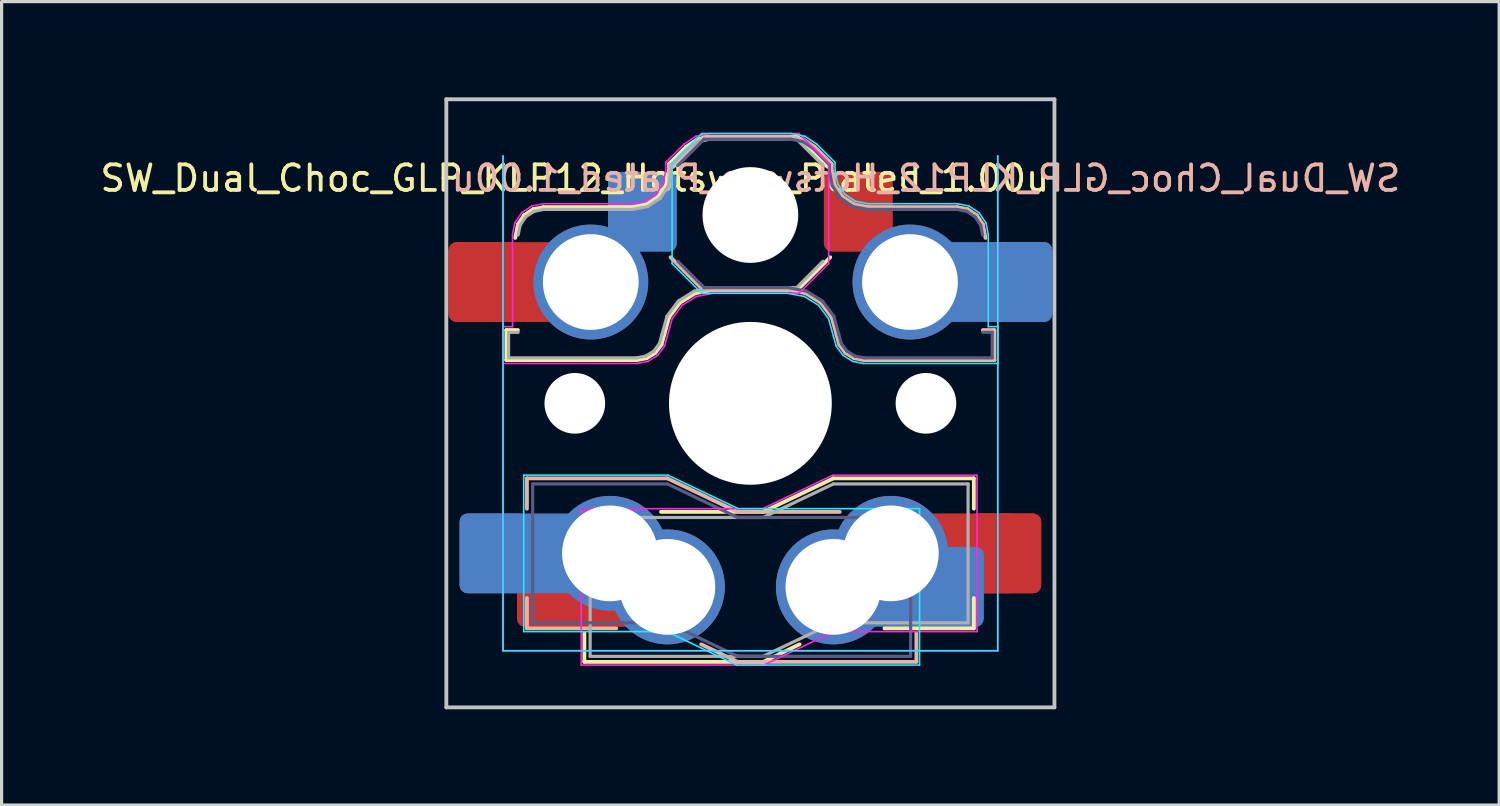
<source format=kicad_pcb>
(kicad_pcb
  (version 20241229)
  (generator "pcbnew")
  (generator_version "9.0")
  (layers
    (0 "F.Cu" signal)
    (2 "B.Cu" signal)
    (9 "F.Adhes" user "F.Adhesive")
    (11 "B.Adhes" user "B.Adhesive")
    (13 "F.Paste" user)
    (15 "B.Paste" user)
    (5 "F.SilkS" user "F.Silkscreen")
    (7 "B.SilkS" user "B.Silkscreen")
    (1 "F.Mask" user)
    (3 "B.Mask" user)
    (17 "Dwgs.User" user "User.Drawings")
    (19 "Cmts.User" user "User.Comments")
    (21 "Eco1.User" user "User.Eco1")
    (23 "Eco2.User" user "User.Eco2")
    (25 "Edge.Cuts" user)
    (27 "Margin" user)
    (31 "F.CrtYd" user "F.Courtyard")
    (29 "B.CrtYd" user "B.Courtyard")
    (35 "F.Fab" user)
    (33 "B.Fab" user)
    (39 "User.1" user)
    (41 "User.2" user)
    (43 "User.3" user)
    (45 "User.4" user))
  (footprint "SW_Dual_Choc_GLP_KLP12_Hotswap_Plated_1.00u"
    (layer "F.Cu")
    (at 20.457 9.585)
    (property "Reference" "SW_Dual_Choc_GLP_KLP12_Hotswap_Plated_1.00u" (at 5.5 -7.05 180) (layer "B.SilkS") (effects (font (size 0.8 0.8) (thickness 0.12)) (justify mirror)))
    (attr smd)
    (fp_line (start -7.646 -2.296) (end -7.646 -1.354) (stroke (width 0.12) (type solid)) (layer "F.SilkS"))
    (fp_line (start -7.646 -1.354) (end -3.56 -1.354) (stroke (width 0.12) (type solid)) (layer "F.SilkS"))
    (fp_line (start -7.283 -2.296) (end -7.646 -2.296) (stroke (width 0.12) (type solid)) (layer "F.SilkS"))
    (fp_line (start -7.281 -5.609) (end -7.366 -5.182) (stroke (width 0.12) (type solid)) (layer "F.SilkS"))
    (fp_line (start -7.092 -5.892) (end -7.281 -5.609) (stroke (width 0.12) (type solid)) (layer "F.SilkS"))
    (fp_line (start -6.809 -6.081) (end -7.092 -5.892) (stroke (width 0.12) (type solid)) (layer "F.SilkS"))
    (fp_line (start -6.482 -6.146) (end -6.809 -6.081) (stroke (width 0.12) (type solid)) (layer "F.SilkS"))
    (fp_line (start -5.2 8.1) (end -5.2 7.2) (stroke (width 0.12) (type solid)) (layer "F.SilkS"))
    (fp_line (start -5.2 8.1) (end 0.4 8.1) (stroke (width 0.12) (type solid)) (layer "F.SilkS"))
    (fp_line (start -3.682 -6.146) (end -6.482 -6.146) (stroke (width 0.12) (type solid)) (layer "F.SilkS"))
    (fp_line (start -3.56 -1.354) (end -3.25 -1.413) (stroke (width 0.12) (type solid)) (layer "F.SilkS"))
    (fp_line (start -3.25 -1.413) (end -2.976 -1.583) (stroke (width 0.12) (type solid)) (layer "F.SilkS"))
    (fp_line (start -3.244 -6.233) (end -3.682 -6.146) (stroke (width 0.12) (type solid)) (layer "F.SilkS"))
    (fp_line (start -2.976 -1.583) (end -2.783 -1.841) (stroke (width 0.12) (type solid)) (layer "F.SilkS"))
    (fp_line (start -2.877 -6.477) (end -3.244 -6.233) (stroke (width 0.12) (type solid)) (layer "F.SilkS"))
    (fp_line (start -2.783 -1.841) (end -2.701 -2.139) (stroke (width 0.12) (type solid)) (layer "F.SilkS"))
    (fp_line (start -2.701 -2.139) (end -2.547 -2.697) (stroke (width 0.12) (type solid)) (layer "F.SilkS"))
    (fp_line (start -2.633 -6.844) (end -2.877 -6.477) (stroke (width 0.12) (type solid)) (layer "F.SilkS"))
    (fp_line (start -2.547 -2.697) (end -2.209 -3.15) (stroke (width 0.12) (type solid)) (layer "F.SilkS"))
    (fp_line (start -2.546 -7.504) (end -2.546 -7.282) (stroke (width 0.12) (type solid)) (layer "F.SilkS"))
    (fp_line (start -2.546 -7.282) (end -2.633 -6.844) (stroke (width 0.12) (type solid)) (layer "F.SilkS"))
    (fp_line (start -2.209 -3.15) (end -1.73 -3.449) (stroke (width 0.12) (type solid)) (layer "F.SilkS"))
    (fp_line (start -2.013 -8.037) (end -2.546 -7.504) (stroke (width 0.12) (type solid)) (layer "F.SilkS"))
    (fp_line (start -1.73 -3.449) (end -1.168 -3.554) (stroke (width 0.12) (type solid)) (layer "F.SilkS"))
    (fp_line (start -1.671 -8.266) (end -2.013 -8.037) (stroke (width 0.12) (type solid)) (layer "F.SilkS"))
    (fp_line (start -1.268 -8.346) (end -1.671 -8.266) (stroke (width 0.12) (type solid)) (layer "F.SilkS"))
    (fp_line (start -1.168 -3.554) (end 1.479 -3.554) (stroke (width 0.12) (type solid)) (layer "F.SilkS"))
    (fp_line (start 0.4 3.4) (end -2.8 3.4) (stroke (width 0.12) (type solid)) (layer "F.SilkS"))
    (fp_line (start 1.479 -8.346) (end -1.268 -8.346) (stroke (width 0.12) (type solid)) (layer "F.SilkS"))
    (fp_line (start 1.479 -3.554) (end 2.5 -4.575) (stroke (width 0.12) (type solid)) (layer "F.SilkS"))
    (fp_line (start 1.54 7.55) (end 0.4 8.1) (stroke (width 0.12) (type solid)) (layer "F.SilkS"))
    (fp_line (start 2.416 -7.409) (end 1.479 -8.346) (stroke (width 0.12) (type solid)) (layer "F.SilkS"))
    (fp_line (start 2.6 2.35) (end 0.4 3.4) (stroke (width 0.12) (type solid)) (layer "F.SilkS"))
    (fp_line (start 7 2.35) (end 2.6 2.35) (stroke (width 0.12) (type solid)) (layer "F.SilkS"))
    (fp_line (start 7 2.35) (end 7 3.3) (stroke (width 0.12) (type solid)) (layer "F.SilkS"))
    (fp_line (start 7 7.05) (end 4.2 7.05) (stroke (width 0.12) (type solid)) (layer "F.SilkS"))
    (fp_line (start 7 7.05) (end 7 6.1) (stroke (width 0.12) (type solid)) (layer "F.SilkS"))
    (fp_line (start -7 2.35) (end -7 3.3) (stroke (width 0.12) (type solid)) (layer "B.SilkS"))
    (fp_line (start -7 2.35) (end -2.6 2.35) (stroke (width 0.12) (type solid)) (layer "B.SilkS"))
    (fp_line (start -7 7.05) (end -7 6.1) (stroke (width 0.12) (type solid)) (layer "B.SilkS"))
    (fp_line (start -7 7.05) (end -4.2 7.05) (stroke (width 0.12) (type solid)) (layer "B.SilkS"))
    (fp_line (start -2.6 2.35) (end -0.4 3.4) (stroke (width 0.12) (type solid)) (layer "B.SilkS"))
    (fp_line (start -2.416 -7.409) (end -1.479 -8.346) (stroke (width 0.12) (type solid)) (layer "B.SilkS"))
    (fp_line (start -1.479 -8.346) (end 1.268 -8.346) (stroke (width 0.12) (type solid)) (layer "B.SilkS"))
    (fp_line (start -1.479 -3.554) (end -2.5 -4.575) (stroke (width 0.12) (type solid)) (layer "B.SilkS"))
    (fp_line (start -0.4 8.1) (end -1.54 7.55) (stroke (width 0.12) (type solid)) (layer "B.SilkS"))
    (fp_line (start 1.168 -3.554) (end -1.479 -3.554) (stroke (width 0.12) (type solid)) (layer "B.SilkS"))
    (fp_line (start 1.268 -8.346) (end 1.671 -8.266) (stroke (width 0.12) (type solid)) (layer "B.SilkS"))
    (fp_line (start 1.671 -8.266) (end 2.013 -8.037) (stroke (width 0.12) (type solid)) (layer "B.SilkS"))
    (fp_line (start 1.73 -3.449) (end 1.168 -3.554) (stroke (width 0.12) (type solid)) (layer "B.SilkS"))
    (fp_line (start 2.013 -8.037) (end 2.546 -7.504) (stroke (width 0.12) (type solid)) (layer "B.SilkS"))
    (fp_line (start 2.209 -3.15) (end 1.73 -3.449) (stroke (width 0.12) (type solid)) (layer "B.SilkS"))
    (fp_line (start 2.546 -7.504) (end 2.546 -7.282) (stroke (width 0.12) (type solid)) (layer "B.SilkS"))
    (fp_line (start 2.546 -7.282) (end 2.633 -6.844) (stroke (width 0.12) (type solid)) (layer "B.SilkS"))
    (fp_line (start 2.547 -2.697) (end 2.209 -3.15) (stroke (width 0.12) (type solid)) (layer "B.SilkS"))
    (fp_line (start 2.633 -6.844) (end 2.877 -6.477) (stroke (width 0.12) (type solid)) (layer "B.SilkS"))
    (fp_line (start 2.701 -2.139) (end 2.547 -2.697) (stroke (width 0.12) (type solid)) (layer "B.SilkS"))
    (fp_line (start 2.783 -1.841) (end 2.701 -2.139) (stroke (width 0.12) (type solid)) (layer "B.SilkS"))
    (fp_line (start 2.8 3.4) (end -0.4 3.4) (stroke (width 0.12) (type solid)) (layer "B.SilkS"))
    (fp_line (start 2.877 -6.477) (end 3.244 -6.233) (stroke (width 0.12) (type solid)) (layer "B.SilkS"))
    (fp_line (start 2.976 -1.583) (end 2.783 -1.841) (stroke (width 0.12) (type solid)) (layer "B.SilkS"))
    (fp_line (start 3.244 -6.233) (end 3.682 -6.146) (stroke (width 0.12) (type solid)) (layer "B.SilkS"))
    (fp_line (start 3.25 -1.413) (end 2.976 -1.583) (stroke (width 0.12) (type solid)) (layer "B.SilkS"))
    (fp_line (start 3.56 -1.354) (end 3.25 -1.413) (stroke (width 0.12) (type solid)) (layer "B.SilkS"))
    (fp_line (start 3.682 -6.146) (end 6.482 -6.146) (stroke (width 0.12) (type solid)) (layer "B.SilkS"))
    (fp_line (start 5.2 8.1) (end -0.4 8.1) (stroke (width 0.12) (type solid)) (layer "B.SilkS"))
    (fp_line (start 5.2 8.1) (end 5.2 7.2) (stroke (width 0.12) (type solid)) (layer "B.SilkS"))
    (fp_line (start 6.482 -6.146) (end 6.809 -6.081) (stroke (width 0.12) (type solid)) (layer "B.SilkS"))
    (fp_line (start 6.809 -6.081) (end 7.092 -5.892) (stroke (width 0.12) (type solid)) (layer "B.SilkS"))
    (fp_line (start 7.092 -5.892) (end 7.281 -5.609) (stroke (width 0.12) (type solid)) (layer "B.SilkS"))
    (fp_line (start 7.281 -5.609) (end 7.366 -5.182) (stroke (width 0.12) (type solid)) (layer "B.SilkS"))
    (fp_line (start 7.283 -2.296) (end 7.646 -2.296) (stroke (width 0.12) (type solid)) (layer "B.SilkS"))
    (fp_line (start 7.646 -2.296) (end 7.646 -1.354) (stroke (width 0.12) (type solid)) (layer "B.SilkS"))
    (fp_line (start 7.646 -1.354) (end 3.56 -1.354) (stroke (width 0.12) (type solid)) (layer "B.SilkS"))
    (fp_line (start -9.525 -9.525) (end -9.525 9.525) (stroke (width 0.12) (type default)) (layer "Dwgs.User"))
    (fp_line (start -9.525 -9.525) (end 9.525 -9.525) (stroke (width 0.12) (type default)) (layer "Dwgs.User"))
    (fp_line (start 9.525 -9.525) (end 9.525 9.525) (stroke (width 0.12) (type default)) (layer "Dwgs.User"))
    (fp_line (start 9.525 9.525) (end -9.525 9.525) (stroke (width 0.12) (type default)) (layer "Dwgs.User"))
    (fp_line (start -7.75 -7.75) (end -7.75 7.75) (stroke (width 0.05) (type solid)) (layer "B.CrtYd"))
    (fp_line (start -7.75 7.75) (end 7.75 7.75) (stroke (width 0.05) (type solid)) (layer "B.CrtYd"))
    (fp_line (start -7.1 2.25) (end -7.1 7.15) (stroke (width 0.05) (type solid)) (layer "B.CrtYd"))
    (fp_line (start -7.1 2.25) (end -2.58 2.25) (stroke (width 0.05) (type solid)) (layer "B.CrtYd"))
    (fp_line (start -7.1 7.15) (end -2.615 7.15) (stroke (width 0.05) (type solid)) (layer "B.CrtYd"))
    (fp_line (start -2.615 7.15) (end -0.425 8.2) (stroke (width 0.05) (type solid)) (layer "B.CrtYd"))
    (fp_line (start -2.58 2.25) (end -0.38 3.3) (stroke (width 0.05) (type solid)) (layer "B.CrtYd"))
    (fp_line (start -2.452 -7.523) (end -1.523 -8.452) (stroke (width 0.05) (type solid)) (layer "B.CrtYd"))
    (fp_line (start -2.452 -4.377) (end -2.452 -7.523) (stroke (width 0.05) (type solid)) (layer "B.CrtYd"))
    (fp_line (start -1.523 -8.452) (end 1.278 -8.452) (stroke (width 0.05) (type solid)) (layer "B.CrtYd"))
    (fp_line (start -1.523 -3.448) (end -2.452 -4.377) (stroke (width 0.05) (type solid)) (layer "B.CrtYd"))
    (fp_line (start 1.159 -3.448) (end -1.523 -3.448) (stroke (width 0.05) (type solid)) (layer "B.CrtYd"))
    (fp_line (start 1.278 -8.452) (end 1.712 -8.366) (stroke (width 0.05) (type solid)) (layer "B.CrtYd"))
    (fp_line (start 1.691 -3.348) (end 1.159 -3.448) (stroke (width 0.05) (type solid)) (layer "B.CrtYd"))
    (fp_line (start 1.712 -8.366) (end 2.081 -8.119) (stroke (width 0.05) (type solid)) (layer "B.CrtYd"))
    (fp_line (start 2.081 -8.119) (end 2.652 -7.548) (stroke (width 0.05) (type solid)) (layer "B.CrtYd"))
    (fp_line (start 2.136 -3.071) (end 1.691 -3.348) (stroke (width 0.05) (type solid)) (layer "B.CrtYd"))
    (fp_line (start 2.45 -2.65) (end 2.136 -3.071) (stroke (width 0.05) (type solid)) (layer "B.CrtYd"))
    (fp_line (start 2.599 -2.111) (end 2.45 -2.65) (stroke (width 0.05) (type solid)) (layer "B.CrtYd"))
    (fp_line (start 2.652 -7.548) (end 2.652 -7.292) (stroke (width 0.05) (type solid)) (layer "B.CrtYd"))
    (fp_line (start 2.652 -7.292) (end 2.733 -6.885) (stroke (width 0.05) (type solid)) (layer "B.CrtYd"))
    (fp_line (start 2.687 -1.794) (end 2.599 -2.111) (stroke (width 0.05) (type solid)) (layer "B.CrtYd"))
    (fp_line (start 2.733 -6.885) (end 2.953 -6.553) (stroke (width 0.05) (type solid)) (layer "B.CrtYd"))
    (fp_line (start 2.903 -1.503) (end 2.687 -1.794) (stroke (width 0.05) (type solid)) (layer "B.CrtYd"))
    (fp_line (start 2.953 -6.553) (end 3.285 -6.333) (stroke (width 0.05) (type solid)) (layer "B.CrtYd"))
    (fp_line (start 3.211 -1.312) (end 2.903 -1.503) (stroke (width 0.05) (type solid)) (layer "B.CrtYd"))
    (fp_line (start 3.285 -6.333) (end 3.692 -6.252) (stroke (width 0.05) (type solid)) (layer "B.CrtYd"))
    (fp_line (start 3.55 -1.248) (end 3.211 -1.312) (stroke (width 0.05) (type solid)) (layer "B.CrtYd"))
    (fp_line (start 3.692 -6.252) (end 6.492 -6.252) (stroke (width 0.05) (type solid)) (layer "B.CrtYd"))
    (fp_line (start 5.3 3.3) (end -0.38 3.3) (stroke (width 0.05) (type solid)) (layer "B.CrtYd"))
    (fp_line (start 5.3 3.3) (end 5.3 8.2) (stroke (width 0.05) (type solid)) (layer "B.CrtYd"))
    (fp_line (start 5.3 8.2) (end -0.425 8.2) (stroke (width 0.05) (type solid)) (layer "B.CrtYd"))
    (fp_line (start 6.492 -6.252) (end 6.85 -6.181) (stroke (width 0.05) (type solid)) (layer "B.CrtYd"))
    (fp_line (start 6.85 -6.181) (end 7.168 -5.968) (stroke (width 0.05) (type solid)) (layer "B.CrtYd"))
    (fp_line (start 7.168 -5.968) (end 7.381 -5.65) (stroke (width 0.05) (type solid)) (layer "B.CrtYd"))
    (fp_line (start 7.381 -5.65) (end 7.452 -5.292) (stroke (width 0.05) (type solid)) (layer "B.CrtYd"))
    (fp_line (start 7.452 -5.292) (end 7.452 -2.402) (stroke (width 0.05) (type solid)) (layer "B.CrtYd"))
    (fp_line (start 7.452 -2.402) (end 7.752 -2.402) (stroke (width 0.05) (type solid)) (layer "B.CrtYd"))
    (fp_line (start 7.75 7.75) (end 7.75 -7.75) (stroke (width 0.05) (type solid)) (layer "B.CrtYd"))
    (fp_line (start 7.752 -2.402) (end 7.752 -1.248) (stroke (width 0.05) (type solid)) (layer "B.CrtYd"))
    (fp_line (start 7.752 -1.248) (end 3.55 -1.248) (stroke (width 0.05) (type solid)) (layer "B.CrtYd"))
    (fp_line (start -7.752 -2.402) (end -7.752 -1.248) (stroke (width 0.05) (type solid)) (layer "F.CrtYd"))
    (fp_line (start -7.752 -1.248) (end -3.55 -1.248) (stroke (width 0.05) (type solid)) (layer "F.CrtYd"))
    (fp_line (start -7.75 7.75) (end -7.75 -7.75) (stroke (width 0.05) (type solid)) (layer "F.CrtYd"))
    (fp_line (start -7.452 -5.292) (end -7.452 -2.402) (stroke (width 0.05) (type solid)) (layer "F.CrtYd"))
    (fp_line (start -7.452 -2.402) (end -7.752 -2.402) (stroke (width 0.05) (type solid)) (layer "F.CrtYd"))
    (fp_line (start -7.381 -5.65) (end -7.452 -5.292) (stroke (width 0.05) (type solid)) (layer "F.CrtYd"))
    (fp_line (start -7.168 -5.968) (end -7.381 -5.65) (stroke (width 0.05) (type solid)) (layer "F.CrtYd"))
    (fp_line (start -6.85 -6.181) (end -7.168 -5.968) (stroke (width 0.05) (type solid)) (layer "F.CrtYd"))
    (fp_line (start -6.492 -6.252) (end -6.85 -6.181) (stroke (width 0.05) (type solid)) (layer "F.CrtYd"))
    (fp_line (start -5.3 3.3) (end -5.3 8.2) (stroke (width 0.05) (type solid)) (layer "F.CrtYd"))
    (fp_line (start -5.3 3.3) (end 0.38 3.3) (stroke (width 0.05) (type solid)) (layer "F.CrtYd"))
    (fp_line (start -5.3 8.2) (end 0.425 8.2) (stroke (width 0.05) (type solid)) (layer "F.CrtYd"))
    (fp_line (start -3.692 -6.252) (end -6.492 -6.252) (stroke (width 0.05) (type solid)) (layer "F.CrtYd"))
    (fp_line (start -3.55 -1.248) (end -3.211 -1.312) (stroke (width 0.05) (type solid)) (layer "F.CrtYd"))
    (fp_line (start -3.285 -6.333) (end -3.692 -6.252) (stroke (width 0.05) (type solid)) (layer "F.CrtYd"))
    (fp_line (start -3.211 -1.312) (end -2.903 -1.503) (stroke (width 0.05) (type solid)) (layer "F.CrtYd"))
    (fp_line (start -2.953 -6.553) (end -3.285 -6.333) (stroke (width 0.05) (type solid)) (layer "F.CrtYd"))
    (fp_line (start -2.903 -1.503) (end -2.687 -1.794) (stroke (width 0.05) (type solid)) (layer "F.CrtYd"))
    (fp_line (start -2.733 -6.885) (end -2.953 -6.553) (stroke (width 0.05) (type solid)) (layer "F.CrtYd"))
    (fp_line (start -2.687 -1.794) (end -2.599 -2.111) (stroke (width 0.05) (type solid)) (layer "F.CrtYd"))
    (fp_line (start -2.652 -7.548) (end -2.652 -7.292) (stroke (width 0.05) (type solid)) (layer "F.CrtYd"))
    (fp_line (start -2.652 -7.292) (end -2.733 -6.885) (stroke (width 0.05) (type solid)) (layer "F.CrtYd"))
    (fp_line (start -2.599 -2.111) (end -2.45 -2.65) (stroke (width 0.05) (type solid)) (layer "F.CrtYd"))
    (fp_line (start -2.45 -2.65) (end -2.136 -3.071) (stroke (width 0.05) (type solid)) (layer "F.CrtYd"))
    (fp_line (start -2.136 -3.071) (end -1.691 -3.348) (stroke (width 0.05) (type solid)) (layer "F.CrtYd"))
    (fp_line (start -2.081 -8.119) (end -2.652 -7.548) (stroke (width 0.05) (type solid)) (layer "F.CrtYd"))
    (fp_line (start -1.712 -8.366) (end -2.081 -8.119) (stroke (width 0.05) (type solid)) (layer "F.CrtYd"))
    (fp_line (start -1.691 -3.348) (end -1.159 -3.448) (stroke (width 0.05) (type solid)) (layer "F.CrtYd"))
    (fp_line (start -1.278 -8.452) (end -1.712 -8.366) (stroke (width 0.05) (type solid)) (layer "F.CrtYd"))
    (fp_line (start -1.159 -3.448) (end 1.523 -3.448) (stroke (width 0.05) (type solid)) (layer "F.CrtYd"))
    (fp_line (start 1.523 -8.452) (end -1.278 -8.452) (stroke (width 0.05) (type solid)) (layer "F.CrtYd"))
    (fp_line (start 1.523 -3.448) (end 2.452 -4.377) (stroke (width 0.05) (type solid)) (layer "F.CrtYd"))
    (fp_line (start 2.452 -7.523) (end 1.523 -8.452) (stroke (width 0.05) (type solid)) (layer "F.CrtYd"))
    (fp_line (start 2.452 -4.377) (end 2.452 -7.523) (stroke (width 0.05) (type solid)) (layer "F.CrtYd"))
    (fp_line (start 2.58 2.25) (end 0.38 3.3) (stroke (width 0.05) (type solid)) (layer "F.CrtYd"))
    (fp_line (start 2.615 7.15) (end 0.425 8.2) (stroke (width 0.05) (type solid)) (layer "F.CrtYd"))
    (fp_line (start 7.1 2.25) (end 2.58 2.25) (stroke (width 0.05) (type solid)) (layer "F.CrtYd"))
    (fp_line (start 7.1 2.25) (end 7.1 7.15) (stroke (width 0.05) (type solid)) (layer "F.CrtYd"))
    (fp_line (start 7.1 7.15) (end 2.615 7.15) (stroke (width 0.05) (type solid)) (layer "F.CrtYd"))
    (fp_line (start 7.75 -7.75) (end 7.75 7.75) (stroke (width 0.05) (type solid)) (layer "F.CrtYd"))
    (fp_line (start 7.75 7.75) (end -7.75 7.75) (stroke (width 0.05) (type solid)) (layer "F.CrtYd"))
    (fp_line (start -6.82 2.525) (end -6.82 6.875) (stroke (width 0.1) (type solid)) (layer "B.Fab"))
    (fp_line (start -6.82 2.525) (end -2.6 2.525) (stroke (width 0.1) (type solid)) (layer "B.Fab"))
    (fp_line (start -6.82 6.875) (end -2.6 6.875) (stroke (width 0.1) (type solid)) (layer "B.Fab"))
    (fp_line (start -2.6 2.525) (end -0.4 3.575) (stroke (width 0.1) (type solid)) (layer "B.Fab"))
    (fp_line (start -2.6 6.875) (end -0.4 7.925) (stroke (width 0.1) (type solid)) (layer "B.Fab"))
    (fp_line (start -2.275 -7.45) (end -1.45 -8.275) (stroke (width 0.1) (type solid)) (layer "B.Fab"))
    (fp_line (start -1.45 -8.275) (end 1.261 -8.275) (stroke (width 0.1) (type solid)) (layer "B.Fab"))
    (fp_line (start -1.45 -3.625) (end -2.275 -4.45) (stroke (width 0.1) (type solid)) (layer "B.Fab"))
    (fp_line (start 0.4 7.925) (end -0.4 7.925) (stroke (width 0.1) (type solid)) (layer "B.Fab"))
    (fp_line (start 1.175 -3.625) (end -1.45 -3.625) (stroke (width 0.1) (type solid)) (layer "B.Fab"))
    (fp_line (start 1.261 -8.275) (end 1.643 -8.199) (stroke (width 0.1) (type solid)) (layer "B.Fab"))
    (fp_line (start 1.643 -8.199) (end 1.968 -7.982) (stroke (width 0.1) (type solid)) (layer "B.Fab"))
    (fp_line (start 1.756 -3.516) (end 1.175 -3.625) (stroke (width 0.1) (type solid)) (layer "B.Fab"))
    (fp_line (start 1.968 -7.982) (end 2.475 -7.475) (stroke (width 0.1) (type solid)) (layer "B.Fab"))
    (fp_line (start 2.258 -3.203) (end 1.756 -3.516) (stroke (width 0.1) (type solid)) (layer "B.Fab"))
    (fp_line (start 2.475 -7.475) (end 2.475 -7.275) (stroke (width 0.1) (type solid)) (layer "B.Fab"))
    (fp_line (start 2.475 -7.275) (end 2.566 -6.816) (stroke (width 0.1) (type solid)) (layer "B.Fab"))
    (fp_line (start 2.566 -6.816) (end 2.826 -6.426) (stroke (width 0.1) (type solid)) (layer "B.Fab"))
    (fp_line (start 2.612 -2.729) (end 2.258 -3.203) (stroke (width 0.1) (type solid)) (layer "B.Fab"))
    (fp_line (start 2.769 -2.158) (end 2.612 -2.729) (stroke (width 0.1) (type solid)) (layer "B.Fab"))
    (fp_line (start 2.826 -6.426) (end 3.216 -6.166) (stroke (width 0.1) (type solid)) (layer "B.Fab"))
    (fp_line (start 2.848 -1.873) (end 2.769 -2.158) (stroke (width 0.1) (type solid)) (layer "B.Fab"))
    (fp_line (start 3.025 -1.636) (end 2.848 -1.873) (stroke (width 0.1) (type solid)) (layer "B.Fab"))
    (fp_line (start 3.216 -6.166) (end 3.675 -6.075) (stroke (width 0.1) (type solid)) (layer "B.Fab"))
    (fp_line (start 3.276 -1.48) (end 3.025 -1.636) (stroke (width 0.1) (type solid)) (layer "B.Fab"))
    (fp_line (start 3.567 -1.425) (end 3.276 -1.48) (stroke (width 0.1) (type solid)) (layer "B.Fab"))
    (fp_line (start 3.675 -6.075) (end 6.475 -6.075) (stroke (width 0.1) (type solid)) (layer "B.Fab"))
    (fp_line (start 5.02 3.575) (end -0.4 3.575) (stroke (width 0.1) (type solid)) (layer "B.Fab"))
    (fp_line (start 5.02 3.575) (end 5.02 7.925) (stroke (width 0.1) (type solid)) (layer "B.Fab"))
    (fp_line (start 5.02 7.925) (end 0.4 7.925) (stroke (width 0.1) (type solid)) (layer "B.Fab"))
    (fp_line (start 6.475 -6.075) (end 6.781 -6.014) (stroke (width 0.1) (type solid)) (layer "B.Fab"))
    (fp_line (start 6.781 -6.014) (end 7.041 -5.841) (stroke (width 0.1) (type solid)) (layer "B.Fab"))
    (fp_line (start 7.041 -5.841) (end 7.214 -5.581) (stroke (width 0.1) (type solid)) (layer "B.Fab"))
    (fp_line (start 7.214 -5.581) (end 7.275 -5.275) (stroke (width 0.1) (type solid)) (layer "B.Fab"))
    (fp_line (start 7.275 -2.225) (end 7.575 -2.225) (stroke (width 0.1) (type solid)) (layer "B.Fab"))
    (fp_line (start 7.575 -2.225) (end 7.575 -1.425) (stroke (width 0.1) (type solid)) (layer "B.Fab"))
    (fp_line (start 7.575 -1.425) (end 3.567 -1.425) (stroke (width 0.1) (type solid)) (layer "B.Fab"))
    (fp_line (start -7.575 -2.225) (end -7.575 -1.425) (stroke (width 0.1) (type solid)) (layer "F.Fab"))
    (fp_line (start -7.575 -1.425) (end -3.567 -1.425) (stroke (width 0.1) (type solid)) (layer "F.Fab"))
    (fp_line (start -7.275 -2.225) (end -7.575 -2.225) (stroke (width 0.1) (type solid)) (layer "F.Fab"))
    (fp_line (start -7.214 -5.581) (end -7.275 -5.275) (stroke (width 0.1) (type solid)) (layer "F.Fab"))
    (fp_line (start -7.041 -5.841) (end -7.214 -5.581) (stroke (width 0.1) (type solid)) (layer "F.Fab"))
    (fp_line (start -6.781 -6.014) (end -7.041 -5.841) (stroke (width 0.1) (type solid)) (layer "F.Fab"))
    (fp_line (start -6.475 -6.075) (end -6.781 -6.014) (stroke (width 0.1) (type solid)) (layer "F.Fab"))
    (fp_line (start -5.02 3.575) (end -5.02 7.925) (stroke (width 0.1) (type solid)) (layer "F.Fab"))
    (fp_line (start -5.02 3.575) (end 0.4 3.575) (stroke (width 0.1) (type solid)) (layer "F.Fab"))
    (fp_line (start -5.02 7.925) (end -0.4 7.925) (stroke (width 0.1) (type solid)) (layer "F.Fab"))
    (fp_line (start -3.675 -6.075) (end -6.475 -6.075) (stroke (width 0.1) (type solid)) (layer "F.Fab"))
    (fp_line (start -3.567 -1.425) (end -3.276 -1.48) (stroke (width 0.1) (type solid)) (layer "F.Fab"))
    (fp_line (start -3.276 -1.48) (end -3.025 -1.636) (stroke (width 0.1) (type solid)) (layer "F.Fab"))
    (fp_line (start -3.216 -6.166) (end -3.675 -6.075) (stroke (width 0.1) (type solid)) (layer "F.Fab"))
    (fp_line (start -3.025 -1.636) (end -2.848 -1.873) (stroke (width 0.1) (type solid)) (layer "F.Fab"))
    (fp_line (start -2.848 -1.873) (end -2.769 -2.158) (stroke (width 0.1) (type solid)) (layer "F.Fab"))
    (fp_line (start -2.826 -6.426) (end -3.216 -6.166) (stroke (width 0.1) (type solid)) (layer "F.Fab"))
    (fp_line (start -2.769 -2.158) (end -2.612 -2.729) (stroke (width 0.1) (type solid)) (layer "F.Fab"))
    (fp_line (start -2.612 -2.729) (end -2.258 -3.203) (stroke (width 0.1) (type solid)) (layer "F.Fab"))
    (fp_line (start -2.566 -6.816) (end -2.826 -6.426) (stroke (width 0.1) (type solid)) (layer "F.Fab"))
    (fp_line (start -2.475 -7.475) (end -2.475 -7.275) (stroke (width 0.1) (type solid)) (layer "F.Fab"))
    (fp_line (start -2.475 -7.275) (end -2.566 -6.816) (stroke (width 0.1) (type solid)) (layer "F.Fab"))
    (fp_line (start -2.258 -3.203) (end -1.756 -3.516) (stroke (width 0.1) (type solid)) (layer "F.Fab"))
    (fp_line (start -1.968 -7.982) (end -2.475 -7.475) (stroke (width 0.1) (type solid)) (layer "F.Fab"))
    (fp_line (start -1.756 -3.516) (end -1.175 -3.625) (stroke (width 0.1) (type solid)) (layer "F.Fab"))
    (fp_line (start -1.643 -8.199) (end -1.968 -7.982) (stroke (width 0.1) (type solid)) (layer "F.Fab"))
    (fp_line (start -1.261 -8.275) (end -1.643 -8.199) (stroke (width 0.1) (type solid)) (layer "F.Fab"))
    (fp_line (start -1.175 -3.625) (end 1.45 -3.625) (stroke (width 0.1) (type solid)) (layer "F.Fab"))
    (fp_line (start -0.4 7.925) (end 0.4 7.925) (stroke (width 0.1) (type solid)) (layer "F.Fab"))
    (fp_line (start 1.45 -8.275) (end -1.261 -8.275) (stroke (width 0.1) (type solid)) (layer "F.Fab"))
    (fp_line (start 1.45 -3.625) (end 2.275 -4.45) (stroke (width 0.1) (type solid)) (layer "F.Fab"))
    (fp_line (start 2.275 -7.45) (end 1.45 -8.275) (stroke (width 0.1) (type solid)) (layer "F.Fab"))
    (fp_line (start 2.6 2.525) (end 0.4 3.575) (stroke (width 0.1) (type solid)) (layer "F.Fab"))
    (fp_line (start 2.6 6.875) (end 0.4 7.925) (stroke (width 0.1) (type solid)) (layer "F.Fab"))
    (fp_line (start 6.82 2.525) (end 2.6 2.525) (stroke (width 0.1) (type solid)) (layer "F.Fab"))
    (fp_line (start 6.82 2.525) (end 6.82 6.875) (stroke (width 0.1) (type solid)) (layer "F.Fab"))
    (fp_line (start 6.82 6.875) (end 2.6 6.875) (stroke (width 0.1) (type solid)) (layer "F.Fab"))
    (fp_rect (start -7.05 -7.05) (end 7.05 7.05) (stroke (width 0.12) (type default)) (fill no) (layer "User.1"))
    (fp_text user "${REFERENCE}" (at -5.5 -7.05 0) (layer "F.SilkS") (effects (font (size 0.8 0.8) (thickness 0.12))))
    (pad "" np_thru_hole circle (at -5.5 0) (size 1.9 1.9) (drill 1.9) (layers "*.Cu" "*.Mask"))
    (pad "" np_thru_hole circle (at 0 -5.9) (size 3 3) (drill 3) (layers "*.Cu" "*.Mask"))
    (pad "" np_thru_hole circle (at 0 0) (size 5.1 5.1) (drill 5.1) (layers "*.Cu" "*.Mask"))
    (pad "" np_thru_hole circle (at 5.5 0) (size 1.9 1.9) (drill 1.9) (layers "*.Cu" "*.Mask"))
    (pad "1" smd roundrect (at -8.376 -3.8) (size 2.159 2.5) (layers "F.Cu" "F.Mask" "F.Paste") (roundrect_rratio 0.116))
    (pad "1" smd roundrect (at -7.53 -3.8) (size 3.85 2.5) (layers "F.Cu") (roundrect_rratio 0.1))
    (pad "1" thru_hole circle (at -5 -3.8) (size 3.6 3.6) (drill 3) (layers "*.Cu" "*.Mask"))
    (pad "1" thru_hole circle (at 2.6 5.75) (size 3.6 3.6) (drill 3) (layers "*.Cu" "*.Mask"))
    (pad "1" thru_hole circle (at 4.4 4.7) (size 3.6 3.6) (drill 3) (layers "*.Cu" "*.Mask"))
    (pad "1" thru_hole circle (at 5 -3.8) (size 3.6 3.6) (drill 3) (layers "*.Cu" "*.Mask"))
    (pad "1" smd roundrect (at 5.383 5.75) (size 3.85 2.5) (layers "B.Cu") (roundrect_rratio 0.1))
    (pad "1" smd roundrect (at 6.229 5.75) (size 2.159 2.5) (layers "B.Cu" "B.Mask" "B.Paste") (roundrect_rratio 0.116))
    (pad "1" smd roundrect (at 7.185 4.7) (size 3.85 2.5) (layers "F.Cu") (roundrect_rratio 0.1))
    (pad "1" smd roundrect (at 7.53 -3.8) (size 3.85 2.5) (layers "B.Cu") (roundrect_rratio 0.1))
    (pad "1" smd roundrect (at 7.62 4.7) (size 1.6 2.5) (layers "F.Cu" "F.Mask" "F.Paste") (roundrect_rratio 0.156))
    (pad "1" smd roundrect (at 8.03 4.7) (size 2.159 2.5) (layers "F.Cu" "F.Mask" "F.Paste") (roundrect_rratio 0.116))
    (pad "1" smd roundrect (at 8.376 -3.8) (size 2.159 2.5) (layers "B.Cu" "B.Mask" "B.Paste") (roundrect_rratio 0.116))
    (pad "2" smd roundrect (at -8.03 4.7) (size 2.159 2.5) (layers "B.Cu" "B.Mask" "B.Paste") (roundrect_rratio 0.116))
    (pad "2" smd roundrect (at -7.185 4.7) (size 3.85 2.5) (layers "B.Cu") (roundrect_rratio 0.1))
    (pad "2" smd roundrect (at -6.229 5.75) (size 2.159 2.5) (layers "F.Cu" "F.Mask" "F.Paste") (roundrect_rratio 0.116))
    (pad "2" smd roundrect (at -5.383 5.75) (size 3.85 2.5) (layers "F.Cu") (roundrect_rratio 0.1))
    (pad "2" thru_hole circle (at -4.4 4.7) (size 3.6 3.6) (drill 3) (layers "*.Cu" "*.Mask"))
    (pad "2" smd roundrect (at -3.381 -6) (size 2.159 2.5) (layers "B.Cu" "B.Mask" "B.Paste") (roundrect_rratio 0.116))
    (pad "2" thru_hole circle (at -2.6 5.75) (size 3.6 3.6) (drill 3) (layers "*.Cu" "*.Mask"))
    (pad "2" smd roundrect (at 3.381 -6) (size 2.159 2.5) (layers "F.Cu" "F.Mask" "F.Paste") (roundrect_rratio 0.116)))
  (gr_rect
    (start -3 -3)
    (end 43.914 22.17)
    (stroke (width 0.1) (type default))
    (fill no)
    (layer "Edge.Cuts")))
</source>
